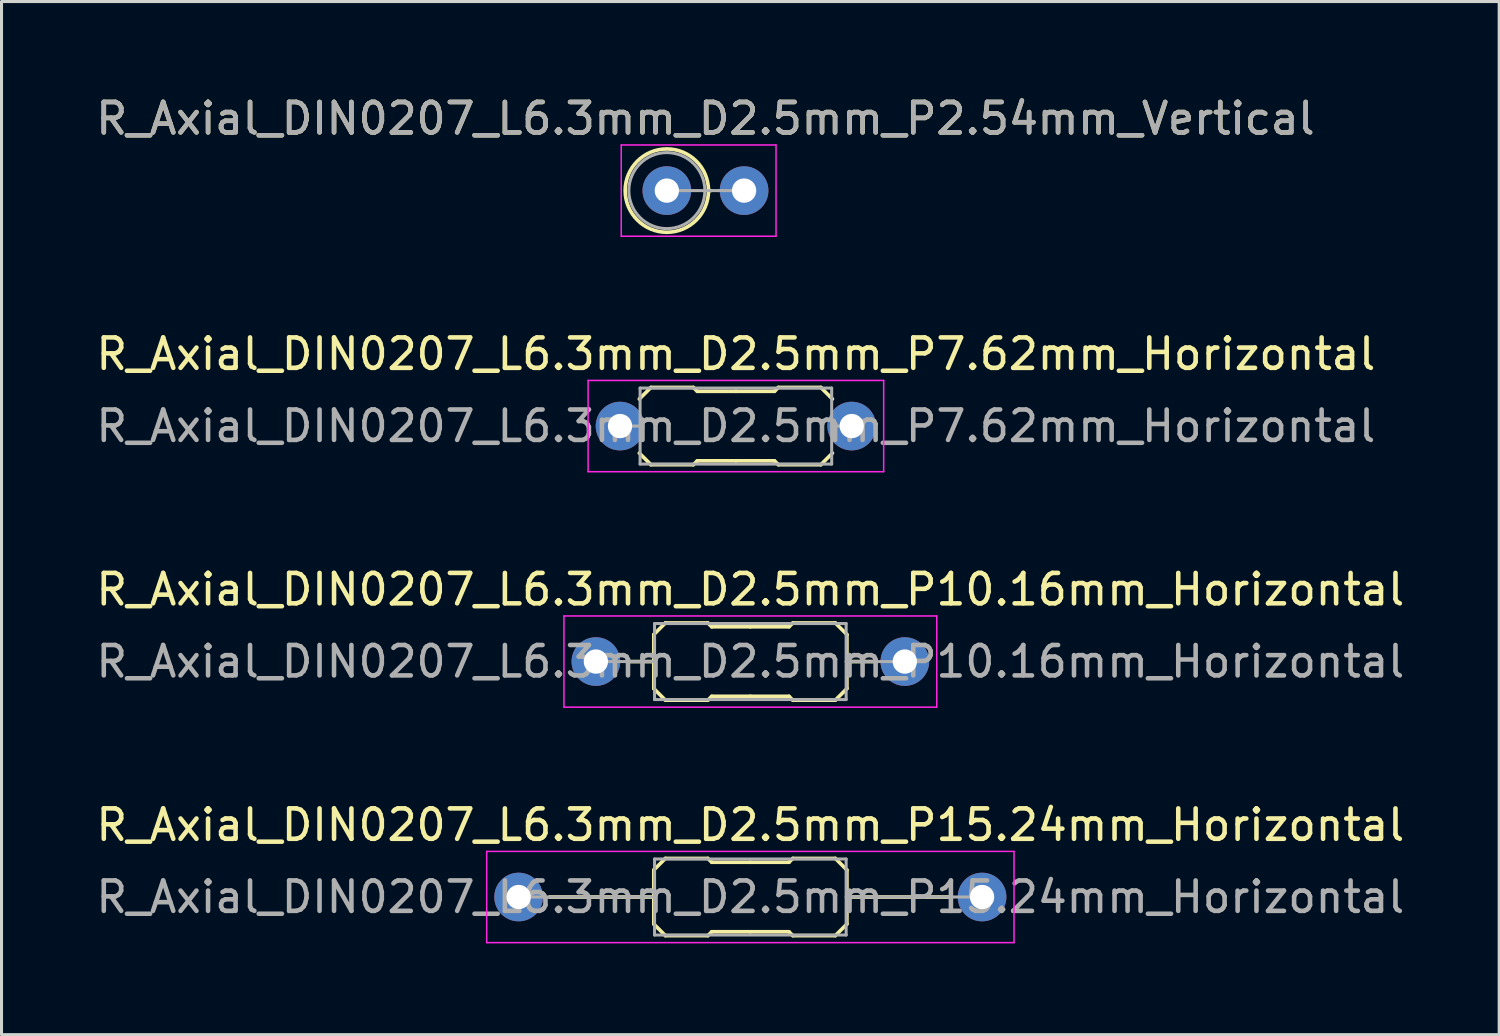
<source format=kicad_pcb>
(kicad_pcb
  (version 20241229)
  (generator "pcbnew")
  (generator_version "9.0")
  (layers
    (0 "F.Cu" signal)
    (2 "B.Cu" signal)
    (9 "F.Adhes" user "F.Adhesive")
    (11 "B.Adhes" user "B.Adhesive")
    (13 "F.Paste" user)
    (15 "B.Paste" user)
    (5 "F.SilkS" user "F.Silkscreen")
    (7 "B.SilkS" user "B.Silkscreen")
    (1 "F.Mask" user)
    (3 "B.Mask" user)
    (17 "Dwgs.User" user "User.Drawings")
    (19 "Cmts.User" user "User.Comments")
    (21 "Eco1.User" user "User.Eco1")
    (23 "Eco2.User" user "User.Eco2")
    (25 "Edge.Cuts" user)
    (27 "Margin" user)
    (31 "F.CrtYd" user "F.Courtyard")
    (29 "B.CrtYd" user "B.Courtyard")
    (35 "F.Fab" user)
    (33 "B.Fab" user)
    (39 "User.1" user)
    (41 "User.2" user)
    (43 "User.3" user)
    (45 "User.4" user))
  (footprint "R_Axial_DIN0207_L6.3mm_D2.5mm_P15.24mm_Horizontal"
    (layer "F.Cu")
    (at 14.005 26.448)
    (property "Reference" "R_Axial_DIN0207_L6.3mm_D2.5mm_P15.24mm_Horizontal" (at 7.62 -2.37 0) (layer "F.SilkS") (effects (font (size 1 1) (thickness 0.15))))
    (attr through_hole)
    (fp_line (start 4.445 -0.889) (end 4.445 0.889) (stroke (width 0.12) (type solid)) (layer "F.SilkS"))
    (fp_line (start 4.445 -0.889) (end 4.826 -1.27) (stroke (width 0.12) (type solid)) (layer "F.SilkS"))
    (fp_line (start 4.445 0) (end 1.016 0) (stroke (width 0.12) (type solid)) (layer "F.SilkS"))
    (fp_line (start 4.445 0.889) (end 4.826 1.27) (stroke (width 0.12) (type solid)) (layer "F.SilkS"))
    (fp_line (start 4.826 -1.27) (end 6.223 -1.27) (stroke (width 0.12) (type solid)) (layer "F.SilkS"))
    (fp_line (start 4.826 1.27) (end 6.223 1.27) (stroke (width 0.12) (type solid)) (layer "F.SilkS"))
    (fp_line (start 6.223 -1.27) (end 6.35 -1.143) (stroke (width 0.12) (type solid)) (layer "F.SilkS"))
    (fp_line (start 6.223 1.27) (end 6.35 1.143) (stroke (width 0.12) (type solid)) (layer "F.SilkS"))
    (fp_line (start 6.35 -1.143) (end 7.62 -1.143) (stroke (width 0.12) (type solid)) (layer "F.SilkS"))
    (fp_line (start 6.35 1.143) (end 7.62 1.143) (stroke (width 0.12) (type solid)) (layer "F.SilkS"))
    (fp_line (start 8.89 -1.143) (end 7.62 -1.143) (stroke (width 0.12) (type solid)) (layer "F.SilkS"))
    (fp_line (start 8.89 1.143) (end 7.62 1.143) (stroke (width 0.12) (type solid)) (layer "F.SilkS"))
    (fp_line (start 9.017 -1.27) (end 8.89 -1.143) (stroke (width 0.12) (type solid)) (layer "F.SilkS"))
    (fp_line (start 9.017 1.27) (end 8.89 1.143) (stroke (width 0.12) (type solid)) (layer "F.SilkS"))
    (fp_line (start 10.414 -1.27) (end 9.017 -1.27) (stroke (width 0.12) (type solid)) (layer "F.SilkS"))
    (fp_line (start 10.414 1.27) (end 9.017 1.27) (stroke (width 0.12) (type solid)) (layer "F.SilkS"))
    (fp_line (start 10.795 -0.889) (end 10.414 -1.27) (stroke (width 0.12) (type solid)) (layer "F.SilkS"))
    (fp_line (start 10.795 -0.889) (end 10.795 0.889) (stroke (width 0.12) (type solid)) (layer "F.SilkS"))
    (fp_line (start 10.795 0) (end 14.224 0) (stroke (width 0.12) (type solid)) (layer "F.SilkS"))
    (fp_line (start 10.795 0.889) (end 10.414 1.27) (stroke (width 0.12) (type solid)) (layer "F.SilkS"))
    (fp_line (start -1.05 -1.5) (end -1.05 1.5) (stroke (width 0.05) (type solid)) (layer "F.CrtYd"))
    (fp_line (start -1.05 1.5) (end 16.29 1.5) (stroke (width 0.05) (type solid)) (layer "F.CrtYd"))
    (fp_line (start 16.29 -1.5) (end -1.05 -1.5) (stroke (width 0.05) (type solid)) (layer "F.CrtYd"))
    (fp_line (start 16.29 1.5) (end 16.29 -1.5) (stroke (width 0.05) (type solid)) (layer "F.CrtYd"))
    (fp_line (start 0 0) (end 4.47 0) (stroke (width 0.1) (type solid)) (layer "F.Fab"))
    (fp_line (start 4.47 -1.25) (end 4.47 1.25) (stroke (width 0.1) (type solid)) (layer "F.Fab"))
    (fp_line (start 4.47 1.25) (end 10.77 1.25) (stroke (width 0.1) (type solid)) (layer "F.Fab"))
    (fp_line (start 10.77 -1.25) (end 4.47 -1.25) (stroke (width 0.1) (type solid)) (layer "F.Fab"))
    (fp_line (start 10.77 1.25) (end 10.77 -1.25) (stroke (width 0.1) (type solid)) (layer "F.Fab"))
    (fp_line (start 15.24 0) (end 10.77 0) (stroke (width 0.1) (type solid)) (layer "F.Fab"))
    (fp_text user "${REFERENCE}" (at 7.62 0 0) (layer "F.Fab") (effects (font (size 1 1) (thickness 0.15))))
    (pad "1" thru_hole circle (at 0 0) (size 1.6 1.6) (drill 0.8) (layers "*.Cu" "*.Mask"))
    (pad "2" thru_hole oval (at 15.24 0) (size 1.6 1.6) (drill 0.8) (layers "*.Cu" "*.Mask")))
  (footprint "R_Axial_DIN0207_L6.3mm_D2.5mm_P2.54mm_Vertical"
    (layer "F.Cu")
    (at 18.879 3.218)
    (property "Reference" "R_Axial_DIN0207_L6.3mm_D2.5mm_P2.54mm_Vertical" (at 1.27 -2.37 0) (layer "F.SilkS") (effects (font (size 1 1) (thickness 0.15))))
    (attr through_hole)
    (fp_line (start 1.37 0) (end 1.44 0) (stroke (width 0.12) (type solid)) (layer "F.SilkS"))
    (fp_circle (center 0 0) (end 1.37 0) (stroke (width 0.12) (type solid)) (fill no) (layer "F.SilkS"))
    (fp_line (start -1.5 -1.5) (end -1.5 1.5) (stroke (width 0.05) (type solid)) (layer "F.CrtYd"))
    (fp_line (start -1.5 1.5) (end 3.59 1.5) (stroke (width 0.05) (type solid)) (layer "F.CrtYd"))
    (fp_line (start 3.59 -1.5) (end -1.5 -1.5) (stroke (width 0.05) (type solid)) (layer "F.CrtYd"))
    (fp_line (start 3.59 1.5) (end 3.59 -1.5) (stroke (width 0.05) (type solid)) (layer "F.CrtYd"))
    (fp_line (start 0 0) (end 2.54 0) (stroke (width 0.1) (type solid)) (layer "F.Fab"))
    (fp_circle (center 0 0) (end 1.25 0) (stroke (width 0.1) (type solid)) (fill no) (layer "F.Fab"))
    (fp_text user "${REFERENCE}" (at 1.27 -2.37 0) (layer "F.Fab") (effects (font (size 1 1) (thickness 0.15))))
    (pad "1" thru_hole circle (at 0 0) (size 1.6 1.6) (drill 0.8) (layers "*.Cu" "*.Mask"))
    (pad "2" thru_hole oval (at 2.54 0) (size 1.6 1.6) (drill 0.8) (layers "*.Cu" "*.Mask")))
  (footprint "R_Axial_DIN0207_L6.3mm_D2.5mm_P10.16mm_Horizontal"
    (layer "F.Cu")
    (at 16.545 18.705)
    (property "Reference" "R_Axial_DIN0207_L6.3mm_D2.5mm_P10.16mm_Horizontal" (at 5.08 -2.37 0) (layer "F.SilkS") (effects (font (size 1 1) (thickness 0.15))))
    (attr through_hole)
    (fp_line (start 1.905 -0.889) (end 1.905 0.889) (stroke (width 0.12) (type solid)) (layer "F.SilkS"))
    (fp_line (start 1.905 -0.889) (end 2.286 -1.27) (stroke (width 0.12) (type solid)) (layer "F.SilkS"))
    (fp_line (start 1.905 0) (end 1.016 0) (stroke (width 0.12) (type solid)) (layer "F.SilkS"))
    (fp_line (start 1.905 0.889) (end 2.286 1.27) (stroke (width 0.12) (type solid)) (layer "F.SilkS"))
    (fp_line (start 2.286 -1.27) (end 3.683 -1.27) (stroke (width 0.12) (type solid)) (layer "F.SilkS"))
    (fp_line (start 2.286 1.27) (end 3.683 1.27) (stroke (width 0.12) (type solid)) (layer "F.SilkS"))
    (fp_line (start 3.683 -1.27) (end 3.81 -1.143) (stroke (width 0.12) (type solid)) (layer "F.SilkS"))
    (fp_line (start 3.683 1.27) (end 3.81 1.143) (stroke (width 0.12) (type solid)) (layer "F.SilkS"))
    (fp_line (start 3.81 -1.143) (end 5.08 -1.143) (stroke (width 0.12) (type solid)) (layer "F.SilkS"))
    (fp_line (start 3.81 1.143) (end 5.08 1.143) (stroke (width 0.12) (type solid)) (layer "F.SilkS"))
    (fp_line (start 6.35 -1.143) (end 5.08 -1.143) (stroke (width 0.12) (type solid)) (layer "F.SilkS"))
    (fp_line (start 6.35 1.143) (end 5.08 1.143) (stroke (width 0.12) (type solid)) (layer "F.SilkS"))
    (fp_line (start 6.477 -1.27) (end 6.35 -1.143) (stroke (width 0.12) (type solid)) (layer "F.SilkS"))
    (fp_line (start 6.477 1.27) (end 6.35 1.143) (stroke (width 0.12) (type solid)) (layer "F.SilkS"))
    (fp_line (start 7.874 -1.27) (end 6.477 -1.27) (stroke (width 0.12) (type solid)) (layer "F.SilkS"))
    (fp_line (start 7.874 1.27) (end 6.477 1.27) (stroke (width 0.12) (type solid)) (layer "F.SilkS"))
    (fp_line (start 8.255 -0.889) (end 7.874 -1.27) (stroke (width 0.12) (type solid)) (layer "F.SilkS"))
    (fp_line (start 8.255 -0.889) (end 8.255 0.889) (stroke (width 0.12) (type solid)) (layer "F.SilkS"))
    (fp_line (start 8.255 0) (end 9.144 0) (stroke (width 0.12) (type solid)) (layer "F.SilkS"))
    (fp_line (start 8.255 0.889) (end 7.874 1.27) (stroke (width 0.12) (type solid)) (layer "F.SilkS"))
    (fp_line (start -1.05 -1.5) (end -1.05 1.5) (stroke (width 0.05) (type solid)) (layer "F.CrtYd"))
    (fp_line (start -1.05 1.5) (end 11.21 1.5) (stroke (width 0.05) (type solid)) (layer "F.CrtYd"))
    (fp_line (start 11.21 -1.5) (end -1.05 -1.5) (stroke (width 0.05) (type solid)) (layer "F.CrtYd"))
    (fp_line (start 11.21 1.5) (end 11.21 -1.5) (stroke (width 0.05) (type solid)) (layer "F.CrtYd"))
    (fp_line (start 0 0) (end 1.93 0) (stroke (width 0.1) (type solid)) (layer "F.Fab"))
    (fp_line (start 1.93 -1.25) (end 1.93 1.25) (stroke (width 0.1) (type solid)) (layer "F.Fab"))
    (fp_line (start 1.93 1.25) (end 8.23 1.25) (stroke (width 0.1) (type solid)) (layer "F.Fab"))
    (fp_line (start 8.23 -1.25) (end 1.93 -1.25) (stroke (width 0.1) (type solid)) (layer "F.Fab"))
    (fp_line (start 8.23 1.25) (end 8.23 -1.25) (stroke (width 0.1) (type solid)) (layer "F.Fab"))
    (fp_line (start 10.16 0) (end 8.23 0) (stroke (width 0.1) (type solid)) (layer "F.Fab"))
    (fp_text user "${REFERENCE}" (at 5.08 0 0) (layer "F.Fab") (effects (font (size 1 1) (thickness 0.15))))
    (pad "1" thru_hole circle (at 0 0) (size 1.6 1.6) (drill 0.8) (layers "*.Cu" "*.Mask"))
    (pad "2" thru_hole oval (at 10.16 0) (size 1.6 1.6) (drill 0.8) (layers "*.Cu" "*.Mask")))
  (footprint "R_Axial_DIN0207_L6.3mm_D2.5mm_P7.62mm_Horizontal"
    (layer "F.Cu")
    (at 17.339 10.961)
    (property "Reference" "R_Axial_DIN0207_L6.3mm_D2.5mm_P7.62mm_Horizontal" (at 3.81 -2.37 0) (layer "F.SilkS") (effects (font (size 1 1) (thickness 0.15))))
    (attr through_hole)
    (fp_line (start 0.635 -0.889) (end 1.016 -1.27) (stroke (width 0.12) (type solid)) (layer "F.SilkS"))
    (fp_line (start 0.635 0.889) (end 1.016 1.27) (stroke (width 0.12) (type solid)) (layer "F.SilkS"))
    (fp_line (start 1.016 -1.27) (end 2.413 -1.27) (stroke (width 0.12) (type solid)) (layer "F.SilkS"))
    (fp_line (start 1.016 1.27) (end 2.413 1.27) (stroke (width 0.12) (type solid)) (layer "F.SilkS"))
    (fp_line (start 2.413 -1.27) (end 2.54 -1.143) (stroke (width 0.12) (type solid)) (layer "F.SilkS"))
    (fp_line (start 2.413 1.27) (end 2.54 1.143) (stroke (width 0.12) (type solid)) (layer "F.SilkS"))
    (fp_line (start 2.54 -1.143) (end 3.81 -1.143) (stroke (width 0.12) (type solid)) (layer "F.SilkS"))
    (fp_line (start 2.54 1.143) (end 3.81 1.143) (stroke (width 0.12) (type solid)) (layer "F.SilkS"))
    (fp_line (start 5.08 -1.143) (end 3.81 -1.143) (stroke (width 0.12) (type solid)) (layer "F.SilkS"))
    (fp_line (start 5.08 1.143) (end 3.81 1.143) (stroke (width 0.12) (type solid)) (layer "F.SilkS"))
    (fp_line (start 5.207 -1.27) (end 5.08 -1.143) (stroke (width 0.12) (type solid)) (layer "F.SilkS"))
    (fp_line (start 5.207 1.27) (end 5.08 1.143) (stroke (width 0.12) (type solid)) (layer "F.SilkS"))
    (fp_line (start 6.604 -1.27) (end 5.207 -1.27) (stroke (width 0.12) (type solid)) (layer "F.SilkS"))
    (fp_line (start 6.604 1.27) (end 5.207 1.27) (stroke (width 0.12) (type solid)) (layer "F.SilkS"))
    (fp_line (start 6.985 -0.889) (end 6.604 -1.27) (stroke (width 0.12) (type solid)) (layer "F.SilkS"))
    (fp_line (start 6.985 0.889) (end 6.604 1.27) (stroke (width 0.12) (type solid)) (layer "F.SilkS"))
    (fp_line (start -1.05 -1.5) (end -1.05 1.5) (stroke (width 0.05) (type solid)) (layer "F.CrtYd"))
    (fp_line (start -1.05 1.5) (end 8.67 1.5) (stroke (width 0.05) (type solid)) (layer "F.CrtYd"))
    (fp_line (start 8.67 -1.5) (end -1.05 -1.5) (stroke (width 0.05) (type solid)) (layer "F.CrtYd"))
    (fp_line (start 8.67 1.5) (end 8.67 -1.5) (stroke (width 0.05) (type solid)) (layer "F.CrtYd"))
    (fp_line (start 0 0) (end 0.66 0) (stroke (width 0.1) (type solid)) (layer "F.Fab"))
    (fp_line (start 0.66 -1.25) (end 0.66 1.25) (stroke (width 0.1) (type solid)) (layer "F.Fab"))
    (fp_line (start 0.66 1.25) (end 6.96 1.25) (stroke (width 0.1) (type solid)) (layer "F.Fab"))
    (fp_line (start 6.96 -1.25) (end 0.66 -1.25) (stroke (width 0.1) (type solid)) (layer "F.Fab"))
    (fp_line (start 6.96 1.25) (end 6.96 -1.25) (stroke (width 0.1) (type solid)) (layer "F.Fab"))
    (fp_line (start 7.62 0) (end 6.96 0) (stroke (width 0.1) (type solid)) (layer "F.Fab"))
    (fp_text user "${REFERENCE}" (at 3.81 0 0) (layer "F.Fab") (effects (font (size 1 1) (thickness 0.15))))
    (pad "1" thru_hole circle (at 0 0) (size 1.6 1.6) (drill 0.8) (layers "*.Cu" "*.Mask"))
    (pad "2" thru_hole oval (at 7.62 0) (size 1.6 1.6) (drill 0.8) (layers "*.Cu" "*.Mask")))
  (gr_rect
    (start -3 -3)
    (end 46.25 30.973)
    (stroke (width 0.1) (type default))
    (fill no)
    (layer "Edge.Cuts")))
</source>
